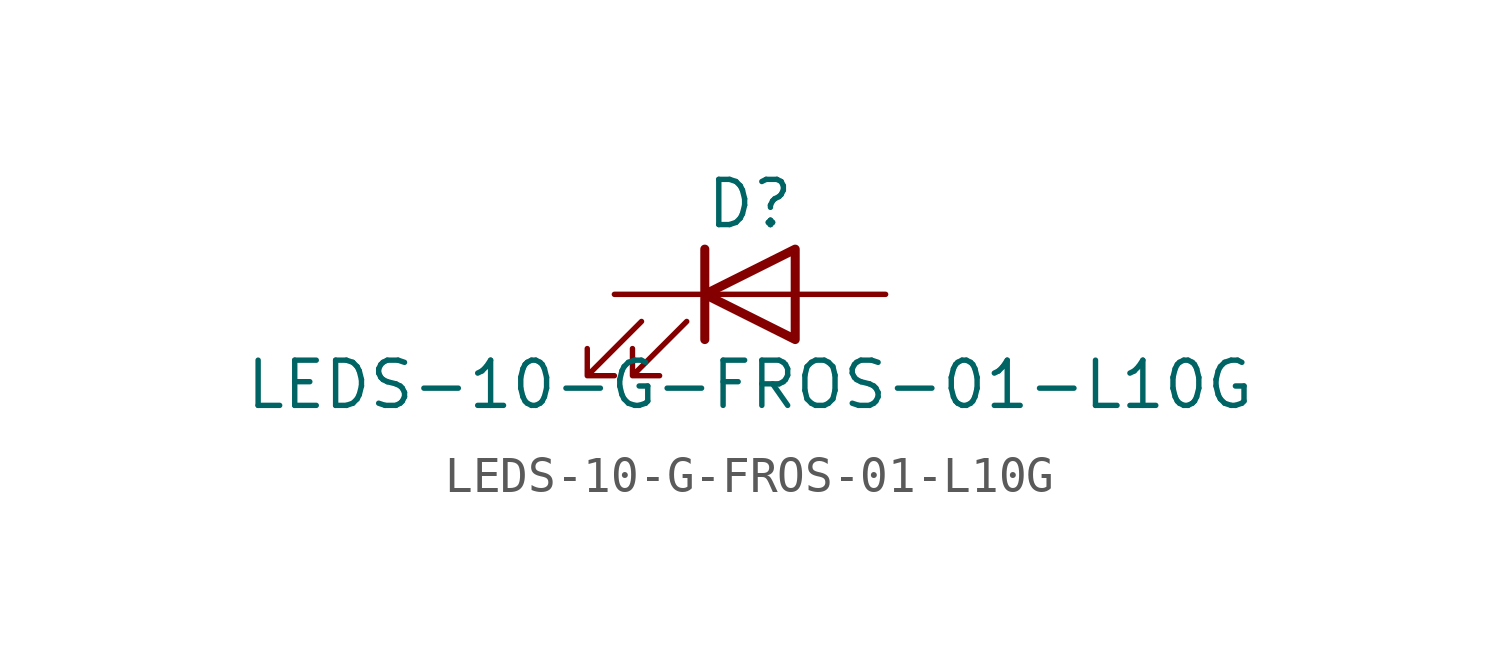
<source format=kicad_sym>
(kicad_symbol_lib
  (version 20211014)
  (generator kicad_symbol_editor)
  (symbol "LEDS-10-G-FROS-01-L10G"
    (pin_numbers hide)
    (pin_names
      (offset 1.016) hide)
    (property "Reference" "D"
      (at 0 2.54 0)
      (effects (font (size 1.27 1.27))))
    (property "Value" "LEDS-10-G-FROS-01-L10G"
      (at 0 -2.54 0)
      (effects (font (size 1.27 1.27))))
    (symbol "LEDS-10-G-FROS-01-L10G_0_1"
      (polyline (pts (xy -1.27 -1.27) (xy -1.27 1.27)) (stroke (width 0.254) (type default) (color 0 0 0 0)) (fill (type none)))
      (polyline (pts (xy -1.27 0) (xy 1.27 0)) (stroke (width 0) (type default) (color 0 0 0 0)) (fill (type none)))
      (polyline (pts (xy 1.27 -1.27) (xy 1.27 1.27) (xy -1.27 0) (xy 1.27 -1.27)) (stroke (width 0.254) (type default) (color 0 0 0 0)) (fill (type none)))
      (polyline (pts (xy -3.048 -0.762) (xy -4.572 -2.286) (xy -3.81 -2.286) (xy -4.572 -2.286) (xy -4.572 -1.524)) (stroke (width 0) (type default) (color 0 0 0 0)) (fill (type none)))
      (polyline (pts (xy -1.778 -0.762) (xy -3.302 -2.286) (xy -2.54 -2.286) (xy -3.302 -2.286) (xy -3.302 -1.524)) (stroke (width 0) (type default) (color 0 0 0 0)) (fill (type none))))
    (symbol "LEDS-10-G-FROS-01-L10G_1_1"
      (pin passive line (at -3.81 0 0) (length 2.54) (name "K" (effects (font (size 1.27 1.27)))) (number "1" (effects (font (size 1.27 1.27)))))
      (pin passive line (at 3.81 0 180) (length 2.54) (name "A" (effects (font (size 1.27 1.27)))) (number "2" (effects (font (size 1.27 1.27))))))))
</source>
